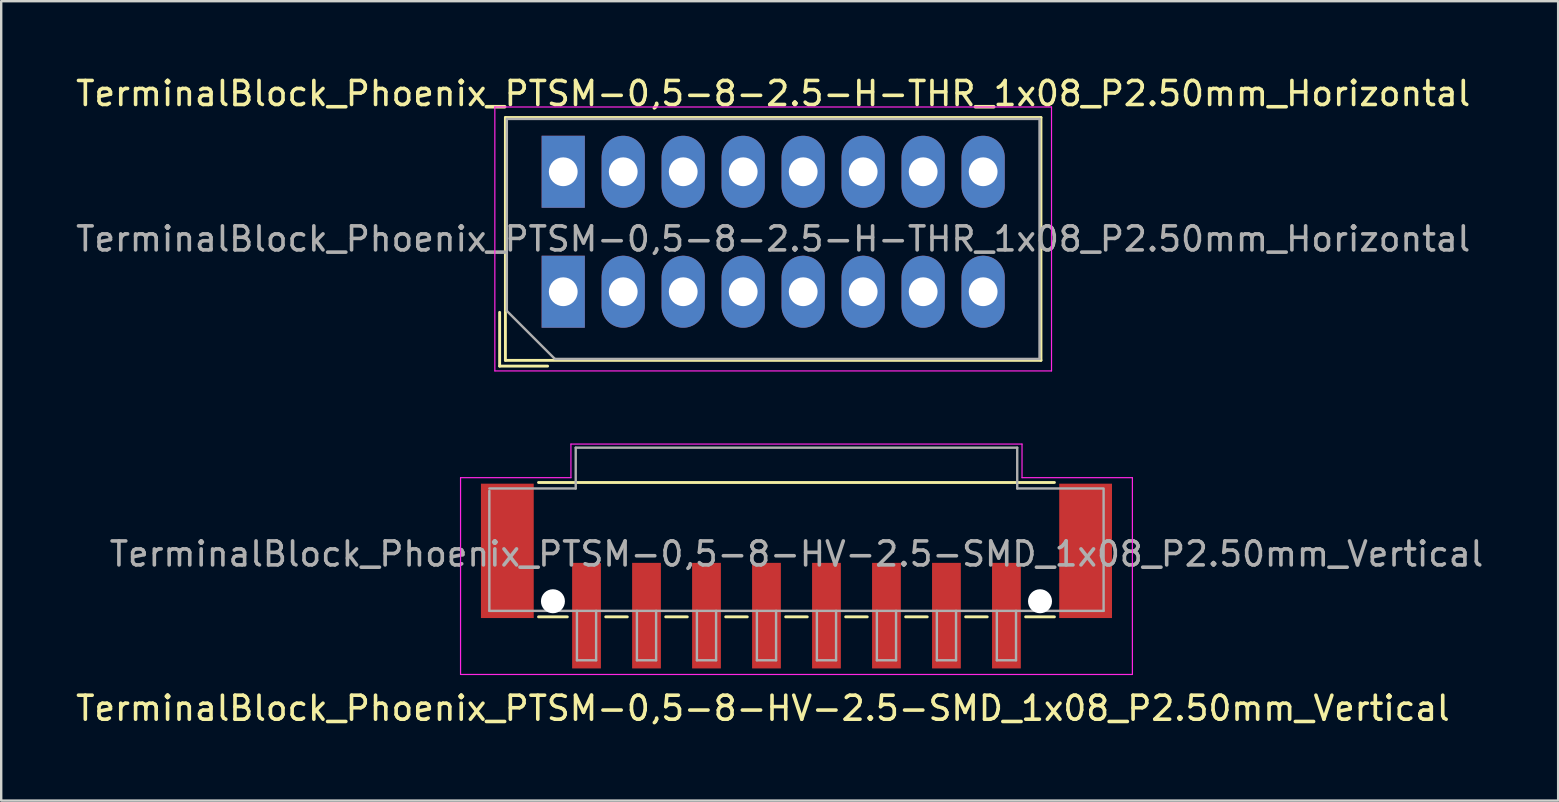
<source format=kicad_pcb>
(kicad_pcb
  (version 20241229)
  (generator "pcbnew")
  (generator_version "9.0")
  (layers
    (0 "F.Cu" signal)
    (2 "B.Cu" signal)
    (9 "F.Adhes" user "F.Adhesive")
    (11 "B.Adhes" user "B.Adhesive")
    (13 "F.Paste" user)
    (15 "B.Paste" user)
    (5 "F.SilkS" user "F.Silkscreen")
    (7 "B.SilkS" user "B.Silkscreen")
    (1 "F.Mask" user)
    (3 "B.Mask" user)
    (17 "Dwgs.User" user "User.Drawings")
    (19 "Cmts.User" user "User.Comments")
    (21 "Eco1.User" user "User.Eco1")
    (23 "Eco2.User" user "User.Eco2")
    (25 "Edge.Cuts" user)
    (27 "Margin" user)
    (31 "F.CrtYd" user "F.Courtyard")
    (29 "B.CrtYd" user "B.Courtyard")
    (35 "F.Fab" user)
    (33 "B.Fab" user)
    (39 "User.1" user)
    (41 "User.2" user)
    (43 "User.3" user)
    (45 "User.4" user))
  (footprint "TerminalBlock_Phoenix_PTSM-0,5-8-HV-2.5-SMD_1x08_P2.50mm_Vertical"
    (layer "F.Cu")
    (at 30.144 20.958)
    (property "Reference" "TerminalBlock_Phoenix_PTSM-0,5-8-HV-2.5-SMD_1x08_P2.50mm_Vertical" (at -1.4 5.51 0) (layer "F.SilkS") (effects (font (size 1 1) (thickness 0.15))))
    (attr smd)
    (fp_line (start -10.75 -3.9) (end 10.75 -3.9) (stroke (width 0.12) (type solid)) (layer "F.SilkS"))
    (fp_line (start -9.55 1.7) (end -10.75 1.7) (stroke (width 0.12) (type solid)) (layer "F.SilkS"))
    (fp_line (start -7.05 1.7) (end -7.95 1.7) (stroke (width 0.12) (type solid)) (layer "F.SilkS"))
    (fp_line (start -4.55 1.7) (end -5.45 1.7) (stroke (width 0.12) (type solid)) (layer "F.SilkS"))
    (fp_line (start -2.05 1.7) (end -2.95 1.7) (stroke (width 0.12) (type solid)) (layer "F.SilkS"))
    (fp_line (start 0.45 1.7) (end -0.45 1.7) (stroke (width 0.12) (type solid)) (layer "F.SilkS"))
    (fp_line (start 2.95 1.7) (end 2.05 1.7) (stroke (width 0.12) (type solid)) (layer "F.SilkS"))
    (fp_line (start 5.45 1.7) (end 4.55 1.7) (stroke (width 0.12) (type solid)) (layer "F.SilkS"))
    (fp_line (start 7.95 1.7) (end 7.05 1.7) (stroke (width 0.12) (type solid)) (layer "F.SilkS"))
    (fp_line (start 10.75 1.7) (end 9.55 1.7) (stroke (width 0.12) (type solid)) (layer "F.SilkS"))
    (fp_line (start -14 -4.1) (end -9.4 -4.1) (stroke (width 0.05) (type solid)) (layer "F.CrtYd"))
    (fp_line (start -14 4.1) (end -14 -4.1) (stroke (width 0.05) (type solid)) (layer "F.CrtYd"))
    (fp_line (start -9.4 -5.5) (end 9.4 -5.5) (stroke (width 0.05) (type solid)) (layer "F.CrtYd"))
    (fp_line (start -9.4 -4.1) (end -9.4 -5.5) (stroke (width 0.05) (type solid)) (layer "F.CrtYd"))
    (fp_line (start 9.4 -4.1) (end 9.4 -5.5) (stroke (width 0.05) (type solid)) (layer "F.CrtYd"))
    (fp_line (start 14 -4.1) (end 9.4 -4.1) (stroke (width 0.05) (type solid)) (layer "F.CrtYd"))
    (fp_line (start 14 -4.1) (end 14 4.1) (stroke (width 0.05) (type solid)) (layer "F.CrtYd"))
    (fp_line (start 14 4.1) (end -14 4.1) (stroke (width 0.05) (type solid)) (layer "F.CrtYd"))
    (fp_line (start -12.8 -3.65) (end -9.2 -3.65) (stroke (width 0.1) (type solid)) (layer "F.Fab"))
    (fp_line (start -12.8 1.45) (end -12.8 -3.55) (stroke (width 0.1) (type solid)) (layer "F.Fab"))
    (fp_line (start -9.2 -5.35) (end 9.2 -5.35) (stroke (width 0.1) (type solid)) (layer "F.Fab"))
    (fp_line (start -9.2 -3.65) (end -9.2 -5.35) (stroke (width 0.1) (type solid)) (layer "F.Fab"))
    (fp_line (start -9.15 1.45) (end -9.15 3.51) (stroke (width 0.1) (type solid)) (layer "F.Fab"))
    (fp_line (start -9.15 3.51) (end -8.35 3.51) (stroke (width 0.1) (type solid)) (layer "F.Fab"))
    (fp_line (start -8.35 1.45) (end -8.35 3.51) (stroke (width 0.1) (type solid)) (layer "F.Fab"))
    (fp_line (start -6.65 1.45) (end -6.65 3.51) (stroke (width 0.1) (type solid)) (layer "F.Fab"))
    (fp_line (start -6.65 3.51) (end -5.85 3.51) (stroke (width 0.1) (type solid)) (layer "F.Fab"))
    (fp_line (start -5.85 1.45) (end -5.85 3.51) (stroke (width 0.1) (type solid)) (layer "F.Fab"))
    (fp_line (start -4.15 1.45) (end -4.15 3.51) (stroke (width 0.1) (type solid)) (layer "F.Fab"))
    (fp_line (start -4.15 3.51) (end -3.35 3.51) (stroke (width 0.1) (type solid)) (layer "F.Fab"))
    (fp_line (start -3.35 1.45) (end -3.35 3.51) (stroke (width 0.1) (type solid)) (layer "F.Fab"))
    (fp_line (start -1.65 1.45) (end -1.65 3.51) (stroke (width 0.1) (type solid)) (layer "F.Fab"))
    (fp_line (start -1.65 3.51) (end -0.85 3.51) (stroke (width 0.1) (type solid)) (layer "F.Fab"))
    (fp_line (start -0.85 1.45) (end -0.85 3.51) (stroke (width 0.1) (type solid)) (layer "F.Fab"))
    (fp_line (start 0.85 1.45) (end 0.85 3.51) (stroke (width 0.1) (type solid)) (layer "F.Fab"))
    (fp_line (start 0.85 3.51) (end 1.65 3.51) (stroke (width 0.1) (type solid)) (layer "F.Fab"))
    (fp_line (start 1.65 1.45) (end 1.65 3.51) (stroke (width 0.1) (type solid)) (layer "F.Fab"))
    (fp_line (start 3.35 1.45) (end 3.35 3.51) (stroke (width 0.1) (type solid)) (layer "F.Fab"))
    (fp_line (start 3.35 3.51) (end 4.15 3.51) (stroke (width 0.1) (type solid)) (layer "F.Fab"))
    (fp_line (start 4.15 1.45) (end 4.15 3.51) (stroke (width 0.1) (type solid)) (layer "F.Fab"))
    (fp_line (start 5.85 1.45) (end 5.85 3.51) (stroke (width 0.1) (type solid)) (layer "F.Fab"))
    (fp_line (start 5.85 3.51) (end 6.65 3.51) (stroke (width 0.1) (type solid)) (layer "F.Fab"))
    (fp_line (start 6.65 1.45) (end 6.65 3.51) (stroke (width 0.1) (type solid)) (layer "F.Fab"))
    (fp_line (start 8.35 1.45) (end 8.35 3.51) (stroke (width 0.1) (type solid)) (layer "F.Fab"))
    (fp_line (start 8.35 3.51) (end 9.15 3.51) (stroke (width 0.1) (type solid)) (layer "F.Fab"))
    (fp_line (start 9.15 1.45) (end 9.15 3.51) (stroke (width 0.1) (type solid)) (layer "F.Fab"))
    (fp_line (start 9.2 -5.35) (end 9.2 -3.65) (stroke (width 0.1) (type solid)) (layer "F.Fab"))
    (fp_line (start 9.2 -3.65) (end 12.8 -3.65) (stroke (width 0.1) (type solid)) (layer "F.Fab"))
    (fp_line (start 12.8 1.45) (end -12.8 1.45) (stroke (width 0.1) (type solid)) (layer "F.Fab"))
    (fp_line (start 12.8 1.45) (end 12.8 -3.6) (stroke (width 0.1) (type solid)) (layer "F.Fab"))
    (fp_text user "${REFERENCE}" (at 0 -0.92 0) (layer "F.Fab") (effects (font (size 1 1) (thickness 0.15))))
    (pad "" np_thru_hole circle (at -10.15 1.05) (size 1 1) (drill 1) (layers "*.Cu" "*.Mask"))
    (pad "" np_thru_hole circle (at 10.15 1.05) (size 1 1) (drill 1) (layers "*.Cu" "*.Mask"))
    (pad "1" smd rect (at -8.75 1.65 180) (size 1.2 4.4) (layers "F.Cu" "F.Mask" "F.Paste"))
    (pad "2" smd rect (at -6.25 1.65 180) (size 1.2 4.4) (layers "F.Cu" "F.Mask" "F.Paste"))
    (pad "3" smd rect (at -3.75 1.65 180) (size 1.2 4.4) (layers "F.Cu" "F.Mask" "F.Paste"))
    (pad "4" smd rect (at -1.25 1.65 180) (size 1.2 4.4) (layers "F.Cu" "F.Mask" "F.Paste"))
    (pad "5" smd rect (at 1.25 1.65 180) (size 1.2 4.4) (layers "F.Cu" "F.Mask" "F.Paste"))
    (pad "6" smd rect (at 3.75 1.65 180) (size 1.2 4.4) (layers "F.Cu" "F.Mask" "F.Paste"))
    (pad "7" smd rect (at 6.25 1.65 180) (size 1.2 4.4) (layers "F.Cu" "F.Mask" "F.Paste"))
    (pad "8" smd rect (at 8.75 1.65 180) (size 1.2 4.4) (layers "F.Cu" "F.Mask" "F.Paste"))
    (pad "MP" smd rect (at -12.05 -1.05 180) (size 2.2 5.6) (layers "F.Cu" "F.Mask" "F.Paste"))
    (pad "MP" smd rect (at 12.05 -1.05 180) (size 2.2 5.6) (layers "F.Cu" "F.Mask" "F.Paste")))
  (footprint "TerminalBlock_Phoenix_PTSM-0,5-8-2.5-H-THR_1x08_P2.50mm_Horizontal"
    (layer "F.Cu")
    (at 20.423 9.108)
    (property "Reference" "TerminalBlock_Phoenix_PTSM-0,5-8-2.5-H-THR_1x08_P2.50mm_Horizontal" (at 8.75 -8.26 0) (layer "F.SilkS") (effects (font (size 1 1) (thickness 0.15))))
    (attr through_hole)
    (fp_line (start -2.65 0.86) (end -2.65 3.1) (stroke (width 0.12) (type solid)) (layer "F.SilkS"))
    (fp_line (start -2.65 3.1) (end -0.65 3.1) (stroke (width 0.12) (type solid)) (layer "F.SilkS"))
    (fp_line (start -2.41 -7.26) (end -2.41 2.86) (stroke (width 0.12) (type solid)) (layer "F.SilkS"))
    (fp_line (start -2.41 -7.26) (end 19.91 -7.26) (stroke (width 0.12) (type solid)) (layer "F.SilkS"))
    (fp_line (start -2.41 2.86) (end 19.91 2.86) (stroke (width 0.12) (type solid)) (layer "F.SilkS"))
    (fp_line (start 19.91 -7.26) (end 19.91 2.86) (stroke (width 0.12) (type solid)) (layer "F.SilkS"))
    (fp_line (start -2.85 -7.7) (end -2.85 3.3) (stroke (width 0.05) (type solid)) (layer "F.CrtYd"))
    (fp_line (start -2.85 3.3) (end 20.35 3.3) (stroke (width 0.05) (type solid)) (layer "F.CrtYd"))
    (fp_line (start 20.35 -7.7) (end -2.85 -7.7) (stroke (width 0.05) (type solid)) (layer "F.CrtYd"))
    (fp_line (start 20.35 3.3) (end 20.35 -7.7) (stroke (width 0.05) (type solid)) (layer "F.CrtYd"))
    (fp_line (start -2.35 -7.2) (end 19.85 -7.2) (stroke (width 0.1) (type solid)) (layer "F.Fab"))
    (fp_line (start -2.35 0.8) (end -2.35 -7.2) (stroke (width 0.1) (type solid)) (layer "F.Fab"))
    (fp_line (start -0.35 2.8) (end -2.35 0.8) (stroke (width 0.1) (type solid)) (layer "F.Fab"))
    (fp_line (start 19.85 -7.2) (end 19.85 2.8) (stroke (width 0.1) (type solid)) (layer "F.Fab"))
    (fp_line (start 19.85 2.8) (end -0.35 2.8) (stroke (width 0.1) (type solid)) (layer "F.Fab"))
    (fp_text user "${REFERENCE}" (at 8.75 -2.2 0) (layer "F.Fab") (effects (font (size 1 1) (thickness 0.15))))
    (pad "1" thru_hole rect (at 0 -5) (size 1.8 3) (drill 1.2) (layers "*.Cu" "*.Mask"))
    (pad "1" thru_hole rect (at 0 0) (size 1.8 3) (drill 1.2) (layers "*.Cu" "*.Mask"))
    (pad "2" thru_hole oval (at 2.5 -5) (size 1.8 3) (drill 1.2) (layers "*.Cu" "*.Mask"))
    (pad "2" thru_hole oval (at 2.5 0) (size 1.8 3) (drill 1.2) (layers "*.Cu" "*.Mask"))
    (pad "3" thru_hole oval (at 5 -5) (size 1.8 3) (drill 1.2) (layers "*.Cu" "*.Mask"))
    (pad "3" thru_hole oval (at 5 0) (size 1.8 3) (drill 1.2) (layers "*.Cu" "*.Mask"))
    (pad "4" thru_hole oval (at 7.5 -5) (size 1.8 3) (drill 1.2) (layers "*.Cu" "*.Mask"))
    (pad "4" thru_hole oval (at 7.5 0) (size 1.8 3) (drill 1.2) (layers "*.Cu" "*.Mask"))
    (pad "5" thru_hole oval (at 10 -5) (size 1.8 3) (drill 1.2) (layers "*.Cu" "*.Mask"))
    (pad "5" thru_hole oval (at 10 0) (size 1.8 3) (drill 1.2) (layers "*.Cu" "*.Mask"))
    (pad "6" thru_hole oval (at 12.5 -5) (size 1.8 3) (drill 1.2) (layers "*.Cu" "*.Mask"))
    (pad "6" thru_hole oval (at 12.5 0) (size 1.8 3) (drill 1.2) (layers "*.Cu" "*.Mask"))
    (pad "7" thru_hole oval (at 15 -5) (size 1.8 3) (drill 1.2) (layers "*.Cu" "*.Mask"))
    (pad "7" thru_hole oval (at 15 0) (size 1.8 3) (drill 1.2) (layers "*.Cu" "*.Mask"))
    (pad "8" thru_hole oval (at 17.5 -5) (size 1.8 3) (drill 1.2) (layers "*.Cu" "*.Mask"))
    (pad "8" thru_hole oval (at 17.5 0) (size 1.8 3) (drill 1.2) (layers "*.Cu" "*.Mask")))
  (gr_rect
    (start -3 -3)
    (end 61.888 30.317)
    (stroke (width 0.1) (type default))
    (fill no)
    (layer "Edge.Cuts")))
</source>
